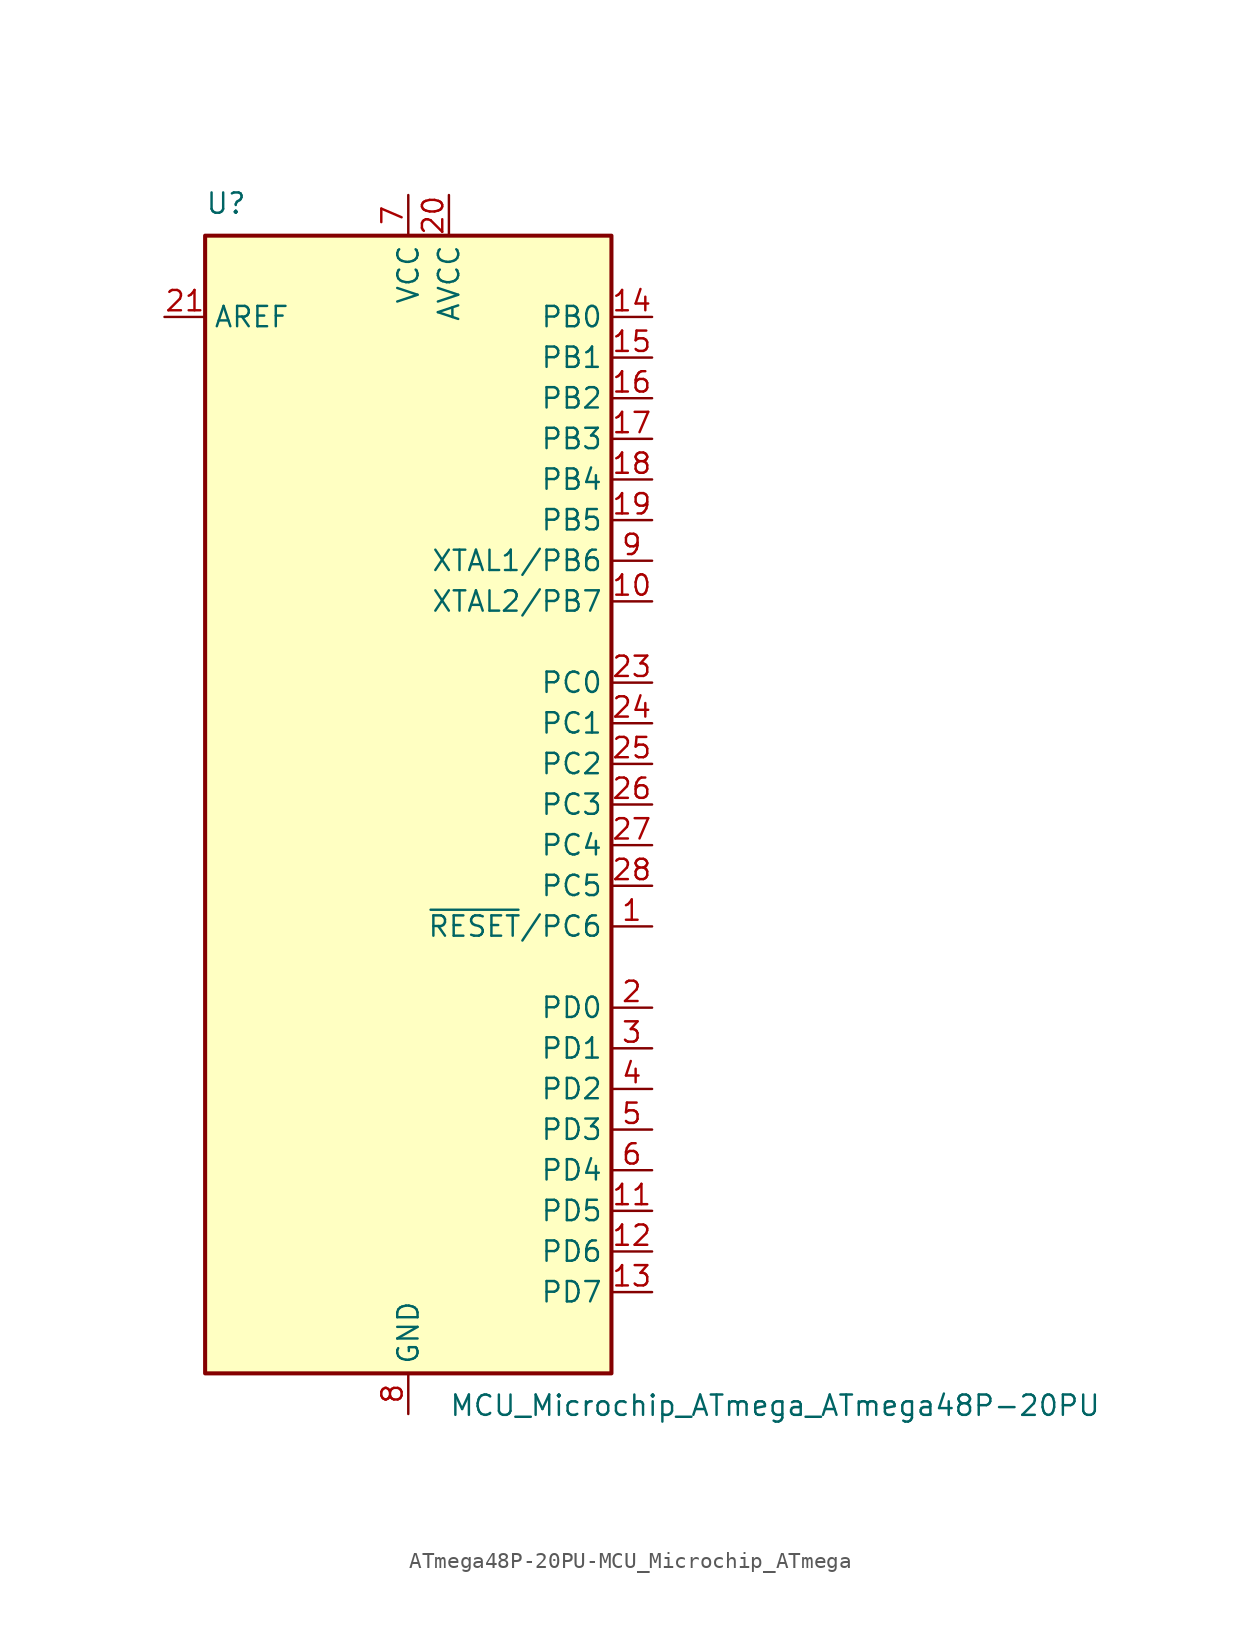
<source format=kicad_sym>
(kicad_symbol_lib
  (version 20220914)
  (generator kicad_symbol_editor)
  (symbol "ATmega48P-20PU-MCU_Microchip_ATmega"
    (property "Reference" "U"
      (at -12.7 36.83 0)
      (effects (font (size 1.27 1.27)) (justify left bottom)))
    (property "Value" "MCU_Microchip_ATmega_ATmega48P-20PU"
      (at 2.54 -36.83 0)
      (effects (font (size 1.27 1.27)) (justify left top)))
    (symbol "ATmega48P-20PU-MCU_Microchip_ATmega_0_1"
      (rectangle (start -12.7 -35.56) (end 12.7 35.56) (stroke (width 0.254) (type solid)) (fill (type background))))
    (symbol "ATmega48P-20PU-MCU_Microchip_ATmega_1_1"
      (pin bidirectional line (at 15.24 -7.62 180) (length 2.54) (name "~{RESET}/PC6" (effects (font (size 1.27 1.27)))) (number "1" (effects (font (size 1.27 1.27)))))
      (pin bidirectional line (at 15.24 12.7 180) (length 2.54) (name "XTAL2/PB7" (effects (font (size 1.27 1.27)))) (number "10" (effects (font (size 1.27 1.27)))))
      (pin bidirectional line (at 15.24 -25.4 180) (length 2.54) (name "PD5" (effects (font (size 1.27 1.27)))) (number "11" (effects (font (size 1.27 1.27)))))
      (pin bidirectional line (at 15.24 -27.94 180) (length 2.54) (name "PD6" (effects (font (size 1.27 1.27)))) (number "12" (effects (font (size 1.27 1.27)))))
      (pin bidirectional line (at 15.24 -30.48 180) (length 2.54) (name "PD7" (effects (font (size 1.27 1.27)))) (number "13" (effects (font (size 1.27 1.27)))))
      (pin bidirectional line (at 15.24 30.48 180) (length 2.54) (name "PB0" (effects (font (size 1.27 1.27)))) (number "14" (effects (font (size 1.27 1.27)))))
      (pin bidirectional line (at 15.24 27.94 180) (length 2.54) (name "PB1" (effects (font (size 1.27 1.27)))) (number "15" (effects (font (size 1.27 1.27)))))
      (pin bidirectional line (at 15.24 25.4 180) (length 2.54) (name "PB2" (effects (font (size 1.27 1.27)))) (number "16" (effects (font (size 1.27 1.27)))))
      (pin bidirectional line (at 15.24 22.86 180) (length 2.54) (name "PB3" (effects (font (size 1.27 1.27)))) (number "17" (effects (font (size 1.27 1.27)))))
      (pin bidirectional line (at 15.24 20.32 180) (length 2.54) (name "PB4" (effects (font (size 1.27 1.27)))) (number "18" (effects (font (size 1.27 1.27)))))
      (pin bidirectional line (at 15.24 17.78 180) (length 2.54) (name "PB5" (effects (font (size 1.27 1.27)))) (number "19" (effects (font (size 1.27 1.27)))))
      (pin bidirectional line (at 15.24 -12.7 180) (length 2.54) (name "PD0" (effects (font (size 1.27 1.27)))) (number "2" (effects (font (size 1.27 1.27)))))
      (pin power_in line (at 2.54 38.1 270) (length 2.54) (name "AVCC" (effects (font (size 1.27 1.27)))) (number "20" (effects (font (size 1.27 1.27)))))
      (pin passive line (at -15.24 30.48 0) (length 2.54) (name "AREF" (effects (font (size 1.27 1.27)))) (number "21" (effects (font (size 1.27 1.27)))))
      (pin passive line (at 0 -38.1 90) (length 2.54) hide (name "GND" (effects (font (size 1.27 1.27)))) (number "22" (effects (font (size 1.27 1.27)))))
      (pin bidirectional line (at 15.24 7.62 180) (length 2.54) (name "PC0" (effects (font (size 1.27 1.27)))) (number "23" (effects (font (size 1.27 1.27)))))
      (pin bidirectional line (at 15.24 5.08 180) (length 2.54) (name "PC1" (effects (font (size 1.27 1.27)))) (number "24" (effects (font (size 1.27 1.27)))))
      (pin bidirectional line (at 15.24 2.54 180) (length 2.54) (name "PC2" (effects (font (size 1.27 1.27)))) (number "25" (effects (font (size 1.27 1.27)))))
      (pin bidirectional line (at 15.24 0 180) (length 2.54) (name "PC3" (effects (font (size 1.27 1.27)))) (number "26" (effects (font (size 1.27 1.27)))))
      (pin bidirectional line (at 15.24 -2.54 180) (length 2.54) (name "PC4" (effects (font (size 1.27 1.27)))) (number "27" (effects (font (size 1.27 1.27)))))
      (pin bidirectional line (at 15.24 -5.08 180) (length 2.54) (name "PC5" (effects (font (size 1.27 1.27)))) (number "28" (effects (font (size 1.27 1.27)))))
      (pin bidirectional line (at 15.24 -15.24 180) (length 2.54) (name "PD1" (effects (font (size 1.27 1.27)))) (number "3" (effects (font (size 1.27 1.27)))))
      (pin bidirectional line (at 15.24 -17.78 180) (length 2.54) (name "PD2" (effects (font (size 1.27 1.27)))) (number "4" (effects (font (size 1.27 1.27)))))
      (pin bidirectional line (at 15.24 -20.32 180) (length 2.54) (name "PD3" (effects (font (size 1.27 1.27)))) (number "5" (effects (font (size 1.27 1.27)))))
      (pin bidirectional line (at 15.24 -22.86 180) (length 2.54) (name "PD4" (effects (font (size 1.27 1.27)))) (number "6" (effects (font (size 1.27 1.27)))))
      (pin power_in line (at 0 38.1 270) (length 2.54) (name "VCC" (effects (font (size 1.27 1.27)))) (number "7" (effects (font (size 1.27 1.27)))))
      (pin power_in line (at 0 -38.1 90) (length 2.54) (name "GND" (effects (font (size 1.27 1.27)))) (number "8" (effects (font (size 1.27 1.27)))))
      (pin bidirectional line (at 15.24 15.24 180) (length 2.54) (name "XTAL1/PB6" (effects (font (size 1.27 1.27)))) (number "9" (effects (font (size 1.27 1.27))))))))
</source>
